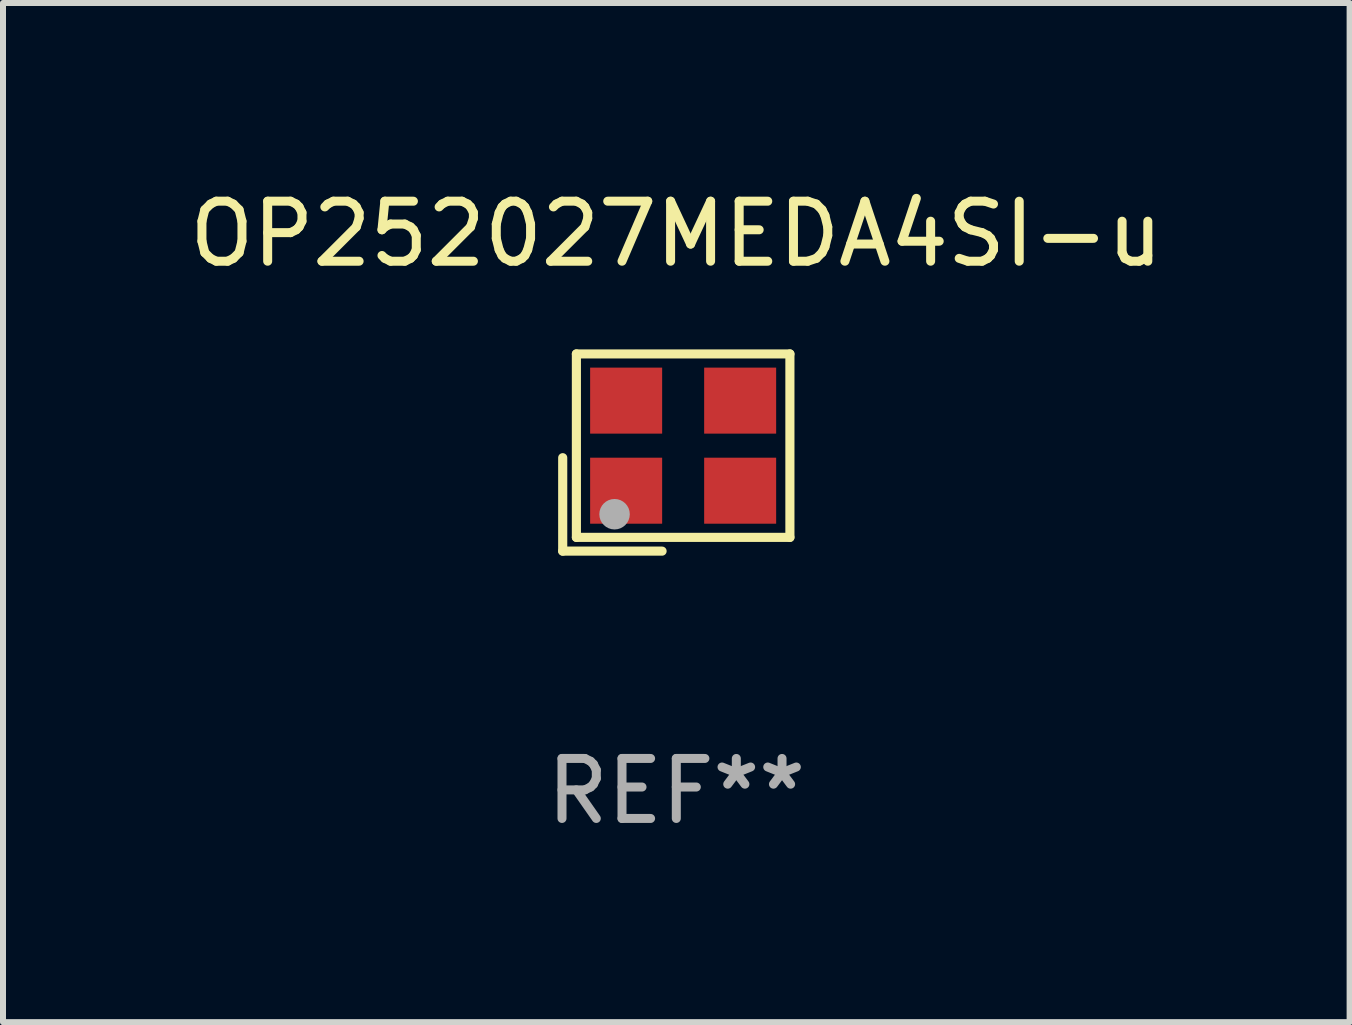
<source format=kicad_pcb>
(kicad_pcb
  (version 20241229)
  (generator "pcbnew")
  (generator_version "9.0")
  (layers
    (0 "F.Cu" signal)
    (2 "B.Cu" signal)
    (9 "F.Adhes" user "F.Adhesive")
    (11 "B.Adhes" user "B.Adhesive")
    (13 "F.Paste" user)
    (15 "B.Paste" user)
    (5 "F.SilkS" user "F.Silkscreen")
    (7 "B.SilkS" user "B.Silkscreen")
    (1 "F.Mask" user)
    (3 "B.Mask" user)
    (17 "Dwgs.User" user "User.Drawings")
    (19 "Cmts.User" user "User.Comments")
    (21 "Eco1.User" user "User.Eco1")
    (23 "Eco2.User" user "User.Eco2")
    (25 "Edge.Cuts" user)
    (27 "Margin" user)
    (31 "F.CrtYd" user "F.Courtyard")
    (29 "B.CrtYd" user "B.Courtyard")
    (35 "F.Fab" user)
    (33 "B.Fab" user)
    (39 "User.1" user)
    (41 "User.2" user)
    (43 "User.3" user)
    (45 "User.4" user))
  (footprint "OP252027MEDA4SI-u"
    (layer "F.Cu")
    (at 8.22 4.491)
    (property "Reference" "OP252027MEDA4SI-u" (at 0 -3.643 0) (layer "F.SilkS") (effects (font (size 1 1) (thickness 0.15))))
    (attr through_hole)
    (fp_line (start -1.893 0.086) (end -1.893 1.643) (stroke (width 0.152) (type solid)) (layer "F.SilkS"))
    (fp_line (start -1.893 1.643) (end -0.237 1.643) (stroke (width 0.152) (type solid)) (layer "F.SilkS"))
    (fp_line (start -1.665 -1.643) (end 1.893 -1.643) (stroke (width 0.152) (type solid)) (layer "F.SilkS"))
    (fp_line (start -1.665 1.414) (end -1.665 -1.643) (stroke (width 0.152) (type solid)) (layer "F.SilkS"))
    (fp_line (start 1.893 -1.643) (end 1.893 1.414) (stroke (width 0.152) (type solid)) (layer "F.SilkS"))
    (fp_line (start 1.893 1.414) (end -1.665 1.414) (stroke (width 0.152) (type solid)) (layer "F.SilkS"))
    (fp_circle (center -1.136 0.885) (end -1.106 0.885) (stroke (width 0.06) (type solid)) (fill no) (layer "F.SilkS"))
    (fp_circle (center -1.029 1.028) (end -0.902 1.028) (stroke (width 0.254) (type solid)) (fill no) (layer "F.Fab"))
    (fp_text user "REF**" (at 0 5.643 0) (layer "F.Fab") (effects (font (size 1 1) (thickness 0.15))))
    (pad "1" smd rect (at -0.836 0.636) (size 1.2 1.1) (layers "F.Cu" "F.Mask" "F.Paste"))
    (pad "2" smd rect (at 1.064 0.636) (size 1.2 1.1) (layers "F.Cu" "F.Mask" "F.Paste"))
    (pad "3" smd rect (at 1.064 -0.865) (size 1.2 1.1) (layers "F.Cu" "F.Mask" "F.Paste"))
    (pad "4" smd rect (at -0.836 -0.865) (size 1.2 1.1) (layers "F.Cu" "F.Mask" "F.Paste")))
  (gr_rect
    (start -3 -3)
    (end 19.44 13.983)
    (stroke (width 0.1) (type default))
    (fill no)
    (layer "Edge.Cuts")))
</source>
